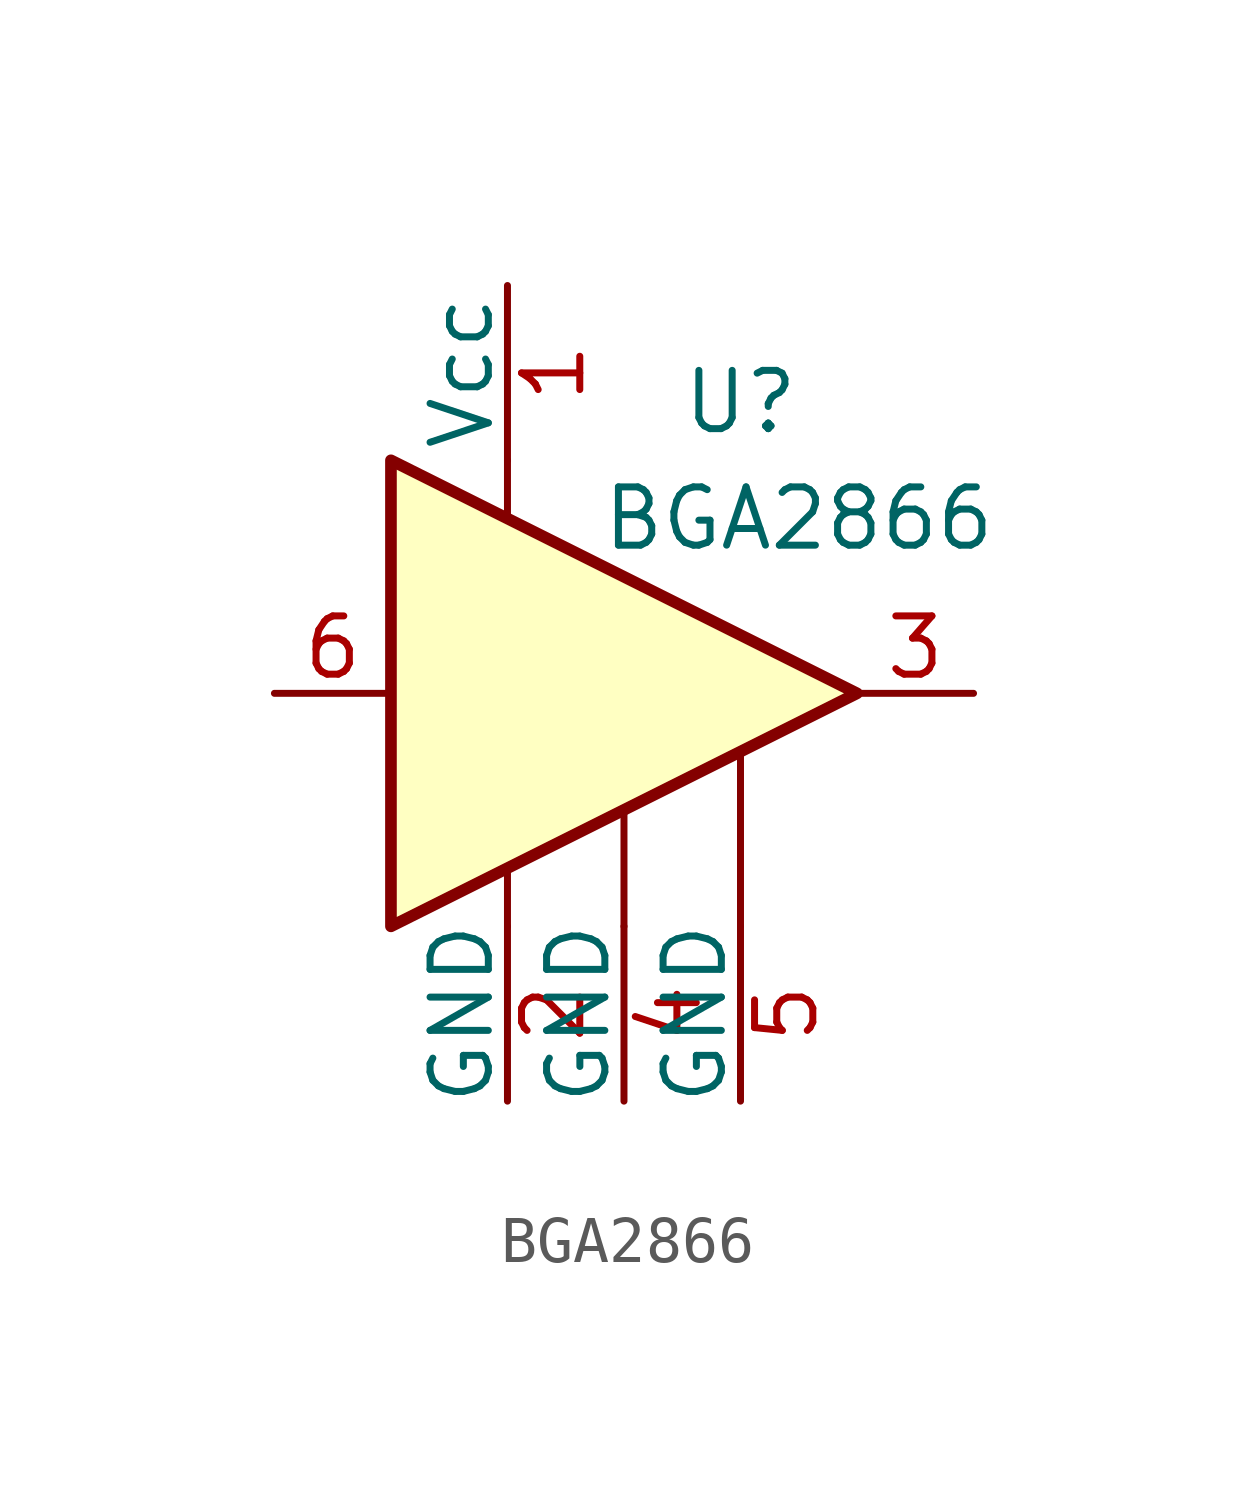
<source format=kicad_sym>
(kicad_symbol_lib
  (version 20220102)
  (generator kicad_symbol_editor)
  (symbol "BGA2866"
    (pin_names
      (offset 0))
    (property "Reference" "U"
      (at 2.54 6.35 0)
      (effects (font (size 1.27 1.27))))
    (property "Value" "BGA2866"
      (at 3.81 3.81 0)
      (effects (font (size 1.27 1.27))))
    (symbol "BGA2866_0_1"
      (polyline (pts (xy -2.54 -5.08) (xy -2.54 -3.81)) (stroke (width 0) (type default)) (fill (type none)))
      (polyline (pts (xy -2.54 5.08) (xy -2.54 3.81)) (stroke (width 0) (type default)) (fill (type none)))
      (polyline (pts (xy 0 -5.08) (xy 0 -2.54)) (stroke (width 0) (type default)) (fill (type none)))
      (polyline (pts (xy 2.54 -5.08) (xy 2.54 -1.27)) (stroke (width 0) (type default)) (fill (type none)))
      (polyline (pts (xy 5.08 0) (xy -5.08 5.08) (xy -5.08 -5.08) (xy 5.08 0)) (stroke (width 0.254) (type default)) (fill (type background))))
    (symbol "BGA2866_1_1"
      (pin power_in line (at -2.54 8.89 270) (length 3.81) (name "Vcc" (effects (font (size 1.27 1.27)))) (number "1" (effects (font (size 1.27 1.27)))))
      (pin power_in line (at -2.54 -8.89 90) (length 3.81) (name "GND" (effects (font (size 1.27 1.27)))) (number "2" (effects (font (size 1.27 1.27)))))
      (pin output line (at 7.62 0 180) (length 2.54) (name "~" (effects (font (size 1.27 1.27)))) (number "3" (effects (font (size 1.27 1.27)))))
      (pin power_in line (at 0 -8.89 90) (length 3.81) (name "GND" (effects (font (size 1.27 1.27)))) (number "4" (effects (font (size 1.27 1.27)))))
      (pin power_in line (at 2.54 -8.89 90) (length 3.81) (name "GND" (effects (font (size 1.27 1.27)))) (number "5" (effects (font (size 1.27 1.27)))))
      (pin input line (at -7.62 0 0) (length 2.54) (name "~" (effects (font (size 1.27 1.27)))) (number "6" (effects (font (size 1.27 1.27))))))))
</source>
